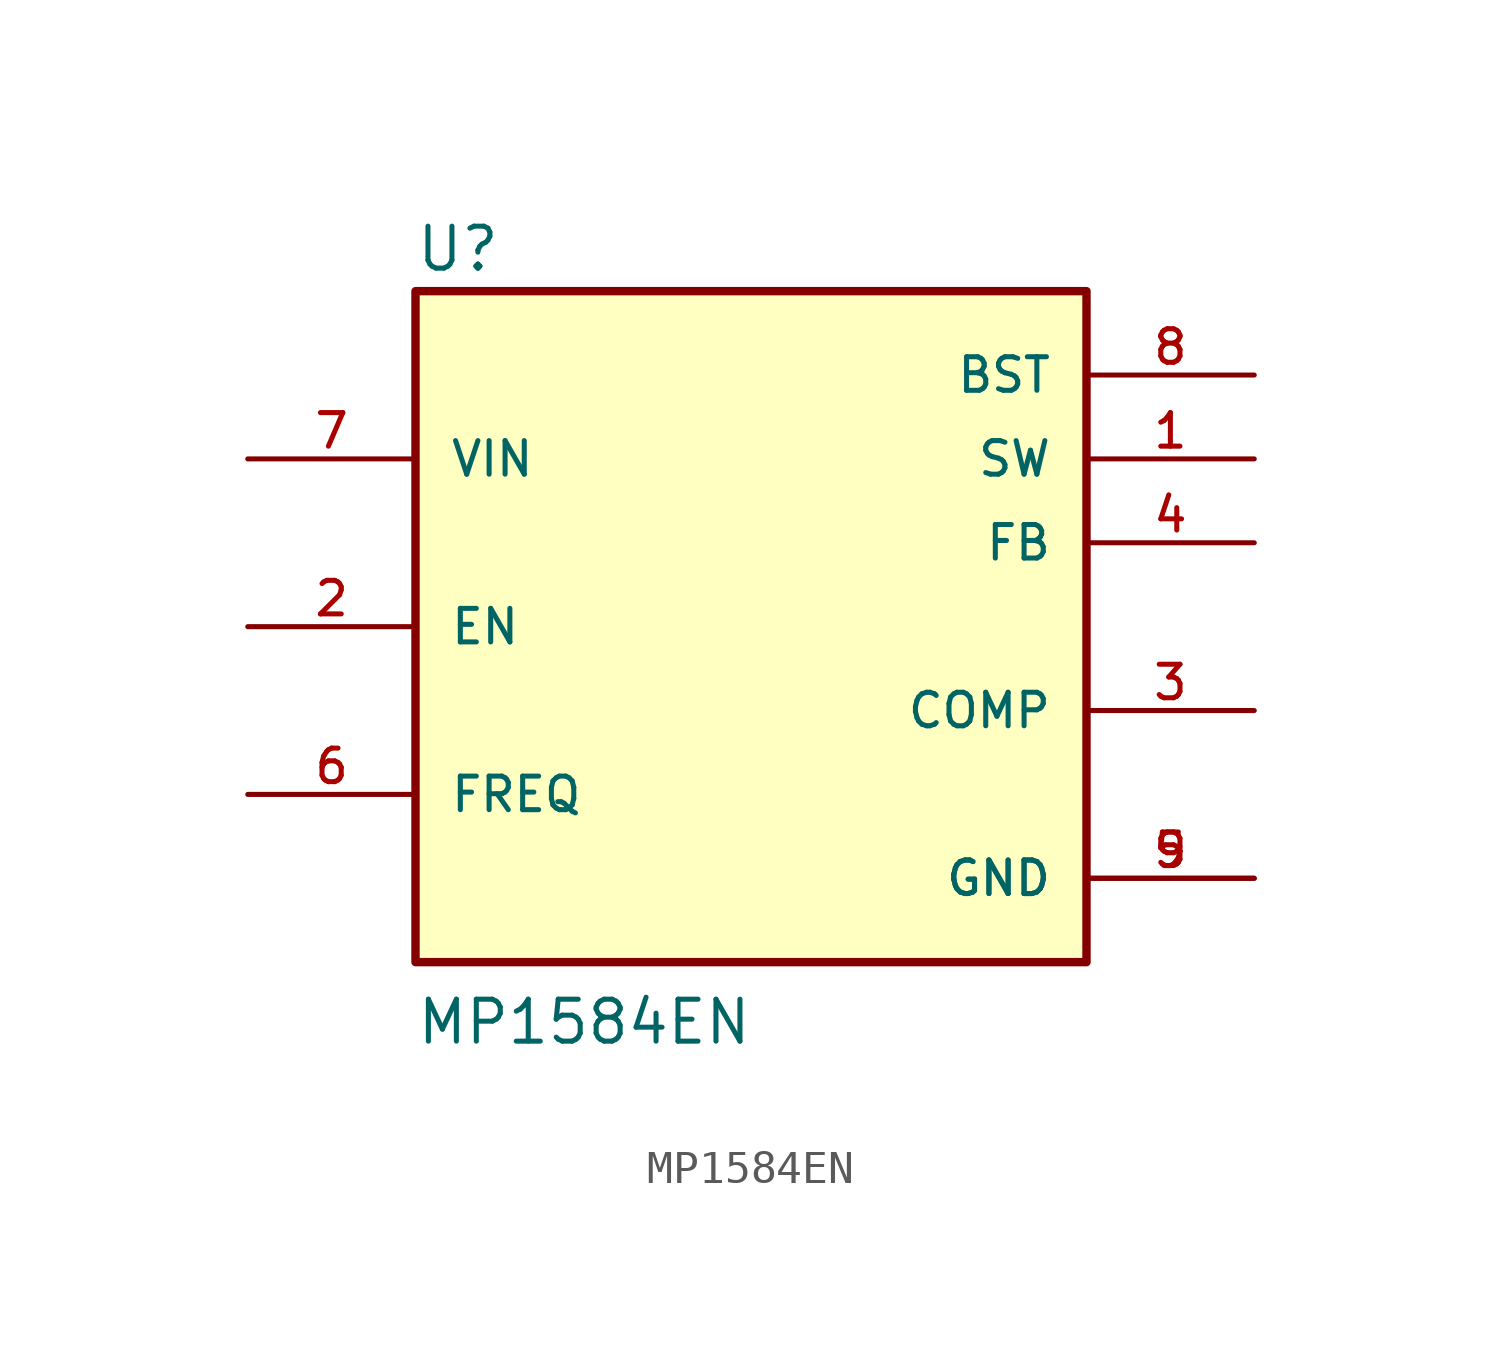
<source format=kicad_sym>
(kicad_symbol_lib
  (version 20241209)
  (generator "kicad_symbol_editor")
  (generator_version "9.0")
  (symbol "MP1584EN"
    (pin_names
      (offset 1.016))
    (property "Reference" "U"
      (at -10.185 10.694 0)
      (effects (font (size 1.27 1.27)) (justify left bottom)))
    (property "Value" "MP1584EN"
      (at -10.172 -12.715 0)
      (effects (font (size 1.27 1.27)) (justify left bottom)))
    (symbol "MP1584EN_0_0"
      (rectangle (start -10.16 -10.16) (end 10.16 10.16) (stroke (width 0.254) (type default)) (fill (type background)))
      (pin input line (at -15.24 5.08 0) (length 5.08) (name "VIN" (effects (font (size 1.016 1.016)))) (number "7" (effects (font (size 1.016 1.016)))))
      (pin input line (at -15.24 0 0) (length 5.08) (name "EN" (effects (font (size 1.016 1.016)))) (number "2" (effects (font (size 1.016 1.016)))))
      (pin input line (at -15.24 -5.08 0) (length 5.08) (name "FREQ" (effects (font (size 1.016 1.016)))) (number "6" (effects (font (size 1.016 1.016)))))
      (pin passive line (at 15.24 7.62 180) (length 5.08) (name "BST" (effects (font (size 1.016 1.016)))) (number "8" (effects (font (size 1.016 1.016)))))
      (pin output line (at 15.24 5.08 180) (length 5.08) (name "SW" (effects (font (size 1.016 1.016)))) (number "1" (effects (font (size 1.016 1.016)))))
      (pin input line (at 15.24 2.54 180) (length 5.08) (name "FB" (effects (font (size 1.016 1.016)))) (number "4" (effects (font (size 1.016 1.016)))))
      (pin output line (at 15.24 -2.54 180) (length 5.08) (name "COMP" (effects (font (size 1.016 1.016)))) (number "3" (effects (font (size 1.016 1.016)))))
      (pin power_in line (at 15.24 -7.62 180) (length 5.08) (name "GND" (effects (font (size 1.016 1.016)))) (number "5" (effects (font (size 1.016 1.016)))))
      (pin power_in line (at 15.24 -7.62 180) (length 5.08) (name "GND" (effects (font (size 1.016 1.016)))) (number "9" (effects (font (size 1.016 1.016))))))))
</source>
